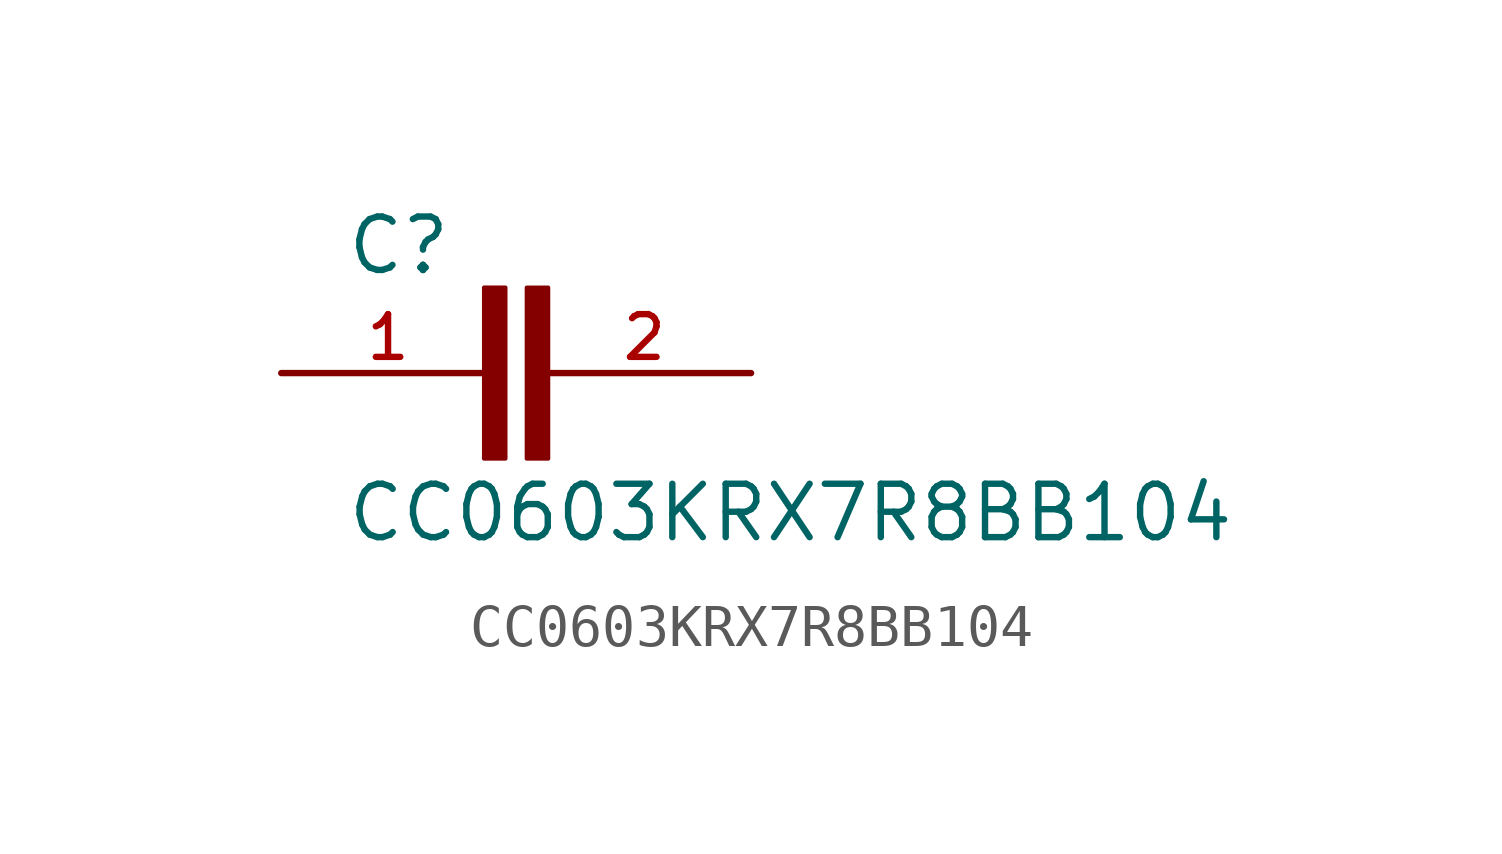
<source format=kicad_sym>
(kicad_symbol_lib
  (version 20211014)
  (generator kicad_symbol_editor)
  (symbol "CC0603KRX7R8BB104"
    (pin_names
      (offset 1.016))
    (property "Reference" "C"
      (at -4.071 2.29 0)
      (effects (font (size 1.27 1.27)) (justify bottom left)))
    (property "Value" "CC0603KRX7R8BB104"
      (at -4.066 -4.066 0)
      (effects (font (size 1.27 1.27)) (justify bottom left)))
    (symbol "CC0603KRX7R8BB104_0_0"
      (rectangle (start -0.764 -2.034) (end -0.256 2.034) (stroke (width 0.1)) (fill (type outline)))
      (rectangle (start 0.252 -2.034) (end 0.761 2.033) (stroke (width 0.1)) (fill (type outline)))
      (pin passive line (at -5.588 0.0 0) (length 5.08) (name "~" (effects (font (size 1.016 1.016)))) (number "1" (effects (font (size 1.016 1.016)))))
      (pin passive line (at 5.588 0.0 180.0) (length 5.08) (name "~" (effects (font (size 1.016 1.016)))) (number "2" (effects (font (size 1.016 1.016))))))))
</source>
